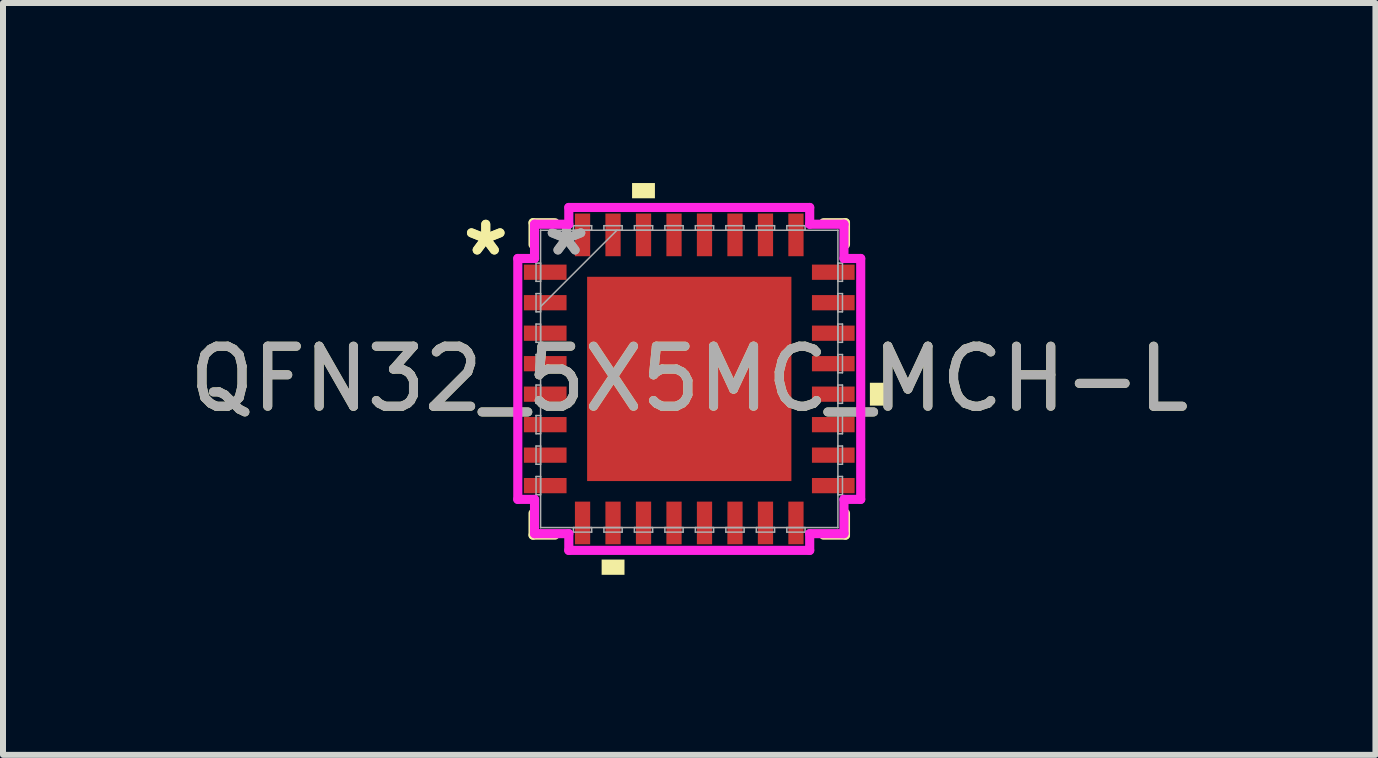
<source format=kicad_pcb>
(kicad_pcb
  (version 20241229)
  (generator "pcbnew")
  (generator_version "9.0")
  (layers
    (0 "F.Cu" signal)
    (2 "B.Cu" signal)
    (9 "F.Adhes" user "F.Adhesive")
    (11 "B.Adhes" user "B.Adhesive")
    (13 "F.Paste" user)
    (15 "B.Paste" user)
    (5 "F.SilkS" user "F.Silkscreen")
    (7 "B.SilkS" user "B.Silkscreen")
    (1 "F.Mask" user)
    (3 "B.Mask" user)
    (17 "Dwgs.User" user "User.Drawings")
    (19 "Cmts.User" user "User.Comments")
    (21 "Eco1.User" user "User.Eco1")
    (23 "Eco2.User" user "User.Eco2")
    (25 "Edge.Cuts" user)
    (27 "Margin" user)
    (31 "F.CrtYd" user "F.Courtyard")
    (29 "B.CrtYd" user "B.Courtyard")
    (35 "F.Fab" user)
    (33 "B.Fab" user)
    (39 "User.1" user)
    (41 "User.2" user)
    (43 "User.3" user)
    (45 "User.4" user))
  (footprint "QFN32_5X5MC_MCH-L"
    (layer "F.Cu")
    (at 8.435 3.264)
    (property "Reference" "QFN32_5X5MC_MCH-L" (at 0 0 0) (unlocked yes) (layer "F.SilkS") (effects (font (size 1 1) (thickness 0.15))))
    (attr smd)
    (fp_poly (pts (xy -1.765 -1.765) (xy -1.381 -1.765) (xy -1.381 1.765) (xy -1.765 1.765)) (stroke (width 0) (type solid)) (fill yes) (layer "F.Mask"))
    (fp_poly (pts (xy -1.765 -1.765) (xy 1.765 -1.765) (xy 1.765 -1.381) (xy -1.765 -1.381)) (stroke (width 0) (type solid)) (fill yes) (layer "F.Mask"))
    (fp_poly (pts (xy -1.765 -0.981) (xy 1.765 -0.981) (xy 1.765 -0.594) (xy -1.765 -0.594)) (stroke (width 0) (type solid)) (fill yes) (layer "F.Mask"))
    (fp_poly (pts (xy -1.765 -0.194) (xy 1.765 -0.194) (xy 1.765 0.194) (xy -1.765 0.194)) (stroke (width 0) (type solid)) (fill yes) (layer "F.Mask"))
    (fp_poly (pts (xy -1.765 0.594) (xy 1.765 0.594) (xy 1.765 0.981) (xy -1.765 0.981)) (stroke (width 0) (type solid)) (fill yes) (layer "F.Mask"))
    (fp_poly (pts (xy -1.765 1.381) (xy 1.765 1.381) (xy 1.765 1.765) (xy -1.765 1.765)) (stroke (width 0) (type solid)) (fill yes) (layer "F.Mask"))
    (fp_poly (pts (xy -0.594 -1.765) (xy -0.981 -1.765) (xy -0.981 1.765) (xy -0.594 1.765)) (stroke (width 0) (type solid)) (fill yes) (layer "F.Mask"))
    (fp_poly (pts (xy 0.194 -1.765) (xy -0.194 -1.765) (xy -0.194 1.765) (xy 0.194 1.765)) (stroke (width 0) (type solid)) (fill yes) (layer "F.Mask"))
    (fp_poly (pts (xy 0.981 -1.765) (xy 0.594 -1.765) (xy 0.594 1.765) (xy 0.981 1.765)) (stroke (width 0) (type solid)) (fill yes) (layer "F.Mask"))
    (fp_poly (pts (xy 1.381 -1.765) (xy 1.765 -1.765) (xy 1.765 1.765) (xy 1.381 1.765)) (stroke (width 0) (type solid)) (fill yes) (layer "F.Mask"))
    (fp_line (start -2.603 -2.603) (end -2.603 -2.238) (stroke (width 0.152) (type solid)) (layer "F.SilkS"))
    (fp_line (start -2.603 2.238) (end -2.603 2.603) (stroke (width 0.152) (type solid)) (layer "F.SilkS"))
    (fp_line (start -2.603 2.603) (end -2.238 2.603) (stroke (width 0.152) (type solid)) (layer "F.SilkS"))
    (fp_line (start -2.238 -2.603) (end -2.603 -2.603) (stroke (width 0.152) (type solid)) (layer "F.SilkS"))
    (fp_line (start 2.238 2.603) (end 2.603 2.603) (stroke (width 0.152) (type solid)) (layer "F.SilkS"))
    (fp_line (start 2.603 -2.603) (end 2.238 -2.603) (stroke (width 0.152) (type solid)) (layer "F.SilkS"))
    (fp_line (start 2.603 -2.238) (end 2.603 -2.603) (stroke (width 0.152) (type solid)) (layer "F.SilkS"))
    (fp_line (start 2.603 2.603) (end 2.603 2.238) (stroke (width 0.152) (type solid)) (layer "F.SilkS"))
    (fp_poly (pts (xy -1.46 3.01) (xy -1.46 3.264) (xy -1.079 3.264) (xy -1.079 3.01)) (stroke (width 0) (type solid)) (fill yes) (layer "F.SilkS"))
    (fp_poly (pts (xy -0.953 -3.01) (xy -0.953 -3.264) (xy -0.572 -3.264) (xy -0.572 -3.01)) (stroke (width 0) (type solid)) (fill yes) (layer "F.SilkS"))
    (fp_poly (pts (xy 3.264 0.064) (xy 3.264 0.445) (xy 3.01 0.445) (xy 3.01 0.064)) (stroke (width 0) (type solid)) (fill yes) (layer "F.SilkS"))
    (fp_poly (pts (xy -1.627 -1.627) (xy -1.627 -1.281) (xy -1.423 -1.281) (xy -1.281 -1.423) (xy -1.281 -1.627)) (stroke (width 0) (type solid)) (fill yes) (layer "F.Paste"))
    (fp_poly (pts (xy -1.627 1.281) (xy -1.627 1.627) (xy -1.281 1.627) (xy -1.281 1.423) (xy -1.423 1.281)) (stroke (width 0) (type solid)) (fill yes) (layer "F.Paste"))
    (fp_poly (pts (xy 1.281 -1.627) (xy 1.281 -1.423) (xy 1.423 -1.281) (xy 1.627 -1.281) (xy 1.627 -1.627)) (stroke (width 0) (type solid)) (fill yes) (layer "F.Paste"))
    (fp_poly (pts (xy 1.423 1.281) (xy 1.281 1.423) (xy 1.281 1.627) (xy 1.627 1.627) (xy 1.627 1.281)) (stroke (width 0) (type solid)) (fill yes) (layer "F.Paste"))
    (fp_poly (pts (xy -1.627 -1.081) (xy -1.627 -0.494) (xy -1.423 -0.494) (xy -1.281 -0.635) (xy -1.281 -0.94) (xy -1.423 -1.081)) (stroke (width 0) (type solid)) (fill yes) (layer "F.Paste"))
    (fp_poly (pts (xy -1.627 -0.294) (xy -1.627 0.294) (xy -1.423 0.294) (xy -1.281 0.152) (xy -1.281 -0.152) (xy -1.423 -0.294)) (stroke (width 0) (type solid)) (fill yes) (layer "F.Paste"))
    (fp_poly (pts (xy -1.627 0.494) (xy -1.627 1.081) (xy -1.423 1.081) (xy -1.281 0.94) (xy -1.281 0.635) (xy -1.423 0.494)) (stroke (width 0) (type solid)) (fill yes) (layer "F.Paste"))
    (fp_poly (pts (xy -1.081 -1.627) (xy -1.081 -1.423) (xy -0.94 -1.281) (xy -0.635 -1.281) (xy -0.494 -1.423) (xy -0.494 -1.627)) (stroke (width 0) (type solid)) (fill yes) (layer "F.Paste"))
    (fp_poly (pts (xy -0.94 1.281) (xy -1.081 1.423) (xy -1.081 1.627) (xy -0.494 1.627) (xy -0.494 1.423) (xy -0.635 1.281)) (stroke (width 0) (type solid)) (fill yes) (layer "F.Paste"))
    (fp_poly (pts (xy -0.294 -1.627) (xy -0.294 -1.423) (xy -0.152 -1.281) (xy 0.152 -1.281) (xy 0.294 -1.423) (xy 0.294 -1.627)) (stroke (width 0) (type solid)) (fill yes) (layer "F.Paste"))
    (fp_poly (pts (xy -0.152 1.281) (xy -0.294 1.423) (xy -0.294 1.627) (xy 0.294 1.627) (xy 0.294 1.423) (xy 0.152 1.281)) (stroke (width 0) (type solid)) (fill yes) (layer "F.Paste"))
    (fp_poly (pts (xy 0.494 -1.627) (xy 0.494 -1.423) (xy 0.635 -1.281) (xy 0.94 -1.281) (xy 1.081 -1.423) (xy 1.081 -1.627)) (stroke (width 0) (type solid)) (fill yes) (layer "F.Paste"))
    (fp_poly (pts (xy 0.635 1.281) (xy 0.494 1.423) (xy 0.494 1.627) (xy 1.081 1.627) (xy 1.081 1.423) (xy 0.94 1.281)) (stroke (width 0) (type solid)) (fill yes) (layer "F.Paste"))
    (fp_poly (pts (xy 1.423 -1.081) (xy 1.281 -0.94) (xy 1.281 -0.635) (xy 1.423 -0.494) (xy 1.627 -0.494) (xy 1.627 -1.081)) (stroke (width 0) (type solid)) (fill yes) (layer "F.Paste"))
    (fp_poly (pts (xy 1.423 -0.294) (xy 1.281 -0.152) (xy 1.281 0.152) (xy 1.423 0.294) (xy 1.627 0.294) (xy 1.627 -0.294)) (stroke (width 0) (type solid)) (fill yes) (layer "F.Paste"))
    (fp_poly (pts (xy 1.423 0.494) (xy 1.281 0.635) (xy 1.281 0.94) (xy 1.423 1.081) (xy 1.627 1.081) (xy 1.627 0.494)) (stroke (width 0) (type solid)) (fill yes) (layer "F.Paste"))
    (fp_poly (pts (xy -0.94 -1.081) (xy -1.081 -0.94) (xy -1.081 -0.635) (xy -0.94 -0.494) (xy -0.635 -0.494) (xy -0.494 -0.635) (xy -0.494 -0.94) (xy -0.635 -1.081)) (stroke (width 0) (type solid)) (fill yes) (layer "F.Paste"))
    (fp_poly (pts (xy -0.94 -0.294) (xy -1.081 -0.152) (xy -1.081 0.152) (xy -0.94 0.294) (xy -0.635 0.294) (xy -0.494 0.152) (xy -0.494 -0.152) (xy -0.635 -0.294)) (stroke (width 0) (type solid)) (fill yes) (layer "F.Paste"))
    (fp_poly (pts (xy -0.94 0.494) (xy -1.081 0.635) (xy -1.081 0.94) (xy -0.94 1.081) (xy -0.635 1.081) (xy -0.494 0.94) (xy -0.494 0.635) (xy -0.635 0.494)) (stroke (width 0) (type solid)) (fill yes) (layer "F.Paste"))
    (fp_poly (pts (xy -0.152 -1.081) (xy -0.294 -0.94) (xy -0.294 -0.635) (xy -0.152 -0.494) (xy 0.152 -0.494) (xy 0.294 -0.635) (xy 0.294 -0.94) (xy 0.152 -1.081)) (stroke (width 0) (type solid)) (fill yes) (layer "F.Paste"))
    (fp_poly (pts (xy -0.152 -0.294) (xy -0.294 -0.152) (xy -0.294 0.152) (xy -0.152 0.294) (xy 0.152 0.294) (xy 0.294 0.152) (xy 0.294 -0.152) (xy 0.152 -0.294)) (stroke (width 0) (type solid)) (fill yes) (layer "F.Paste"))
    (fp_poly (pts (xy -0.152 0.494) (xy -0.294 0.635) (xy -0.294 0.94) (xy -0.152 1.081) (xy 0.152 1.081) (xy 0.294 0.94) (xy 0.294 0.635) (xy 0.152 0.494)) (stroke (width 0) (type solid)) (fill yes) (layer "F.Paste"))
    (fp_poly (pts (xy 0.635 -1.081) (xy 0.494 -0.94) (xy 0.494 -0.635) (xy 0.635 -0.494) (xy 0.94 -0.494) (xy 1.081 -0.635) (xy 1.081 -0.94) (xy 0.94 -1.081)) (stroke (width 0) (type solid)) (fill yes) (layer "F.Paste"))
    (fp_poly (pts (xy 0.635 -0.294) (xy 0.494 -0.152) (xy 0.494 0.152) (xy 0.635 0.294) (xy 0.94 0.294) (xy 1.081 0.152) (xy 1.081 -0.152) (xy 0.94 -0.294)) (stroke (width 0) (type solid)) (fill yes) (layer "F.Paste"))
    (fp_poly (pts (xy 0.635 0.494) (xy 0.494 0.635) (xy 0.494 0.94) (xy 0.635 1.081) (xy 0.94 1.081) (xy 1.081 0.94) (xy 1.081 0.635) (xy 0.94 0.494)) (stroke (width 0) (type solid)) (fill yes) (layer "F.Paste"))
    (fp_circle (center -1.181 -1.181) (end -0.8 -1.181) (stroke (width 0.254) (type solid)) (fill no) (layer "Eco1.User"))
    (fp_circle (center -1.181 -0.394) (end -0.8 -0.394) (stroke (width 0.254) (type solid)) (fill no) (layer "Eco1.User"))
    (fp_circle (center -1.181 0.394) (end -0.8 0.394) (stroke (width 0.254) (type solid)) (fill no) (layer "Eco1.User"))
    (fp_circle (center -1.181 1.181) (end -0.8 1.181) (stroke (width 0.254) (type solid)) (fill no) (layer "Eco1.User"))
    (fp_circle (center -0.394 -1.181) (end -0.013 -1.181) (stroke (width 0.254) (type solid)) (fill no) (layer "Eco1.User"))
    (fp_circle (center -0.394 -0.394) (end -0.013 -0.394) (stroke (width 0.254) (type solid)) (fill no) (layer "Eco1.User"))
    (fp_circle (center -0.394 0.394) (end -0.013 0.394) (stroke (width 0.254) (type solid)) (fill no) (layer "Eco1.User"))
    (fp_circle (center -0.394 1.181) (end -0.013 1.181) (stroke (width 0.254) (type solid)) (fill no) (layer "Eco1.User"))
    (fp_circle (center 0.394 -1.181) (end 0.775 -1.181) (stroke (width 0.254) (type solid)) (fill no) (layer "Eco1.User"))
    (fp_circle (center 0.394 -0.394) (end 0.775 -0.394) (stroke (width 0.254) (type solid)) (fill no) (layer "Eco1.User"))
    (fp_circle (center 0.394 0.394) (end 0.775 0.394) (stroke (width 0.254) (type solid)) (fill no) (layer "Eco1.User"))
    (fp_circle (center 0.394 1.181) (end 0.775 1.181) (stroke (width 0.254) (type solid)) (fill no) (layer "Eco1.User"))
    (fp_circle (center 1.181 -1.181) (end 1.562 -1.181) (stroke (width 0.254) (type solid)) (fill no) (layer "Eco1.User"))
    (fp_circle (center 1.181 -0.394) (end 1.562 -0.394) (stroke (width 0.254) (type solid)) (fill no) (layer "Eco1.User"))
    (fp_circle (center 1.181 0.394) (end 1.562 0.394) (stroke (width 0.254) (type solid)) (fill no) (layer "Eco1.User"))
    (fp_circle (center 1.181 1.181) (end 1.562 1.181) (stroke (width 0.254) (type solid)) (fill no) (layer "Eco1.User"))
    (fp_line (start -2.857 -2.007) (end -2.578 -2.007) (stroke (width 0.152) (type solid)) (layer "F.CrtYd"))
    (fp_line (start -2.857 2.007) (end -2.857 -2.007) (stroke (width 0.152) (type solid)) (layer "F.CrtYd"))
    (fp_line (start -2.578 -2.578) (end -2.007 -2.578) (stroke (width 0.152) (type solid)) (layer "F.CrtYd"))
    (fp_line (start -2.578 -2.007) (end -2.578 -2.578) (stroke (width 0.152) (type solid)) (layer "F.CrtYd"))
    (fp_line (start -2.578 2.007) (end -2.857 2.007) (stroke (width 0.152) (type solid)) (layer "F.CrtYd"))
    (fp_line (start -2.578 2.578) (end -2.578 2.007) (stroke (width 0.152) (type solid)) (layer "F.CrtYd"))
    (fp_line (start -2.007 -2.857) (end 2.007 -2.857) (stroke (width 0.152) (type solid)) (layer "F.CrtYd"))
    (fp_line (start -2.007 -2.578) (end -2.007 -2.857) (stroke (width 0.152) (type solid)) (layer "F.CrtYd"))
    (fp_line (start -2.007 2.578) (end -2.578 2.578) (stroke (width 0.152) (type solid)) (layer "F.CrtYd"))
    (fp_line (start -2.007 2.857) (end -2.007 2.578) (stroke (width 0.152) (type solid)) (layer "F.CrtYd"))
    (fp_line (start 2.007 -2.857) (end 2.007 -2.578) (stroke (width 0.152) (type solid)) (layer "F.CrtYd"))
    (fp_line (start 2.007 -2.578) (end 2.578 -2.578) (stroke (width 0.152) (type solid)) (layer "F.CrtYd"))
    (fp_line (start 2.007 2.578) (end 2.007 2.857) (stroke (width 0.152) (type solid)) (layer "F.CrtYd"))
    (fp_line (start 2.007 2.857) (end -2.007 2.857) (stroke (width 0.152) (type solid)) (layer "F.CrtYd"))
    (fp_line (start 2.578 -2.578) (end 2.578 -2.007) (stroke (width 0.152) (type solid)) (layer "F.CrtYd"))
    (fp_line (start 2.578 -2.007) (end 2.857 -2.007) (stroke (width 0.152) (type solid)) (layer "F.CrtYd"))
    (fp_line (start 2.578 2.007) (end 2.578 2.578) (stroke (width 0.152) (type solid)) (layer "F.CrtYd"))
    (fp_line (start 2.578 2.578) (end 2.007 2.578) (stroke (width 0.152) (type solid)) (layer "F.CrtYd"))
    (fp_line (start 2.857 -2.007) (end 2.857 2.007) (stroke (width 0.152) (type solid)) (layer "F.CrtYd"))
    (fp_line (start 2.857 2.007) (end 2.578 2.007) (stroke (width 0.152) (type solid)) (layer "F.CrtYd"))
    (fp_line (start -2.553 -1.93) (end -2.553 -1.626) (stroke (width 0.025) (type solid)) (layer "F.Fab"))
    (fp_line (start -2.553 -1.626) (end -2.477 -1.626) (stroke (width 0.025) (type solid)) (layer "F.Fab"))
    (fp_line (start -2.553 -1.422) (end -2.553 -1.118) (stroke (width 0.025) (type solid)) (layer "F.Fab"))
    (fp_line (start -2.553 -1.118) (end -2.477 -1.118) (stroke (width 0.025) (type solid)) (layer "F.Fab"))
    (fp_line (start -2.553 -0.914) (end -2.553 -0.61) (stroke (width 0.025) (type solid)) (layer "F.Fab"))
    (fp_line (start -2.553 -0.61) (end -2.477 -0.61) (stroke (width 0.025) (type solid)) (layer "F.Fab"))
    (fp_line (start -2.553 -0.406) (end -2.553 -0.102) (stroke (width 0.025) (type solid)) (layer "F.Fab"))
    (fp_line (start -2.553 -0.102) (end -2.477 -0.102) (stroke (width 0.025) (type solid)) (layer "F.Fab"))
    (fp_line (start -2.553 0.102) (end -2.553 0.406) (stroke (width 0.025) (type solid)) (layer "F.Fab"))
    (fp_line (start -2.553 0.406) (end -2.477 0.406) (stroke (width 0.025) (type solid)) (layer "F.Fab"))
    (fp_line (start -2.553 0.61) (end -2.553 0.914) (stroke (width 0.025) (type solid)) (layer "F.Fab"))
    (fp_line (start -2.553 0.914) (end -2.477 0.914) (stroke (width 0.025) (type solid)) (layer "F.Fab"))
    (fp_line (start -2.553 1.118) (end -2.553 1.422) (stroke (width 0.025) (type solid)) (layer "F.Fab"))
    (fp_line (start -2.553 1.422) (end -2.477 1.422) (stroke (width 0.025) (type solid)) (layer "F.Fab"))
    (fp_line (start -2.553 1.626) (end -2.553 1.93) (stroke (width 0.025) (type solid)) (layer "F.Fab"))
    (fp_line (start -2.553 1.93) (end -2.477 1.93) (stroke (width 0.025) (type solid)) (layer "F.Fab"))
    (fp_line (start -2.477 -2.477) (end -2.477 -2.477) (stroke (width 0.025) (type solid)) (layer "F.Fab"))
    (fp_line (start -2.477 -2.477) (end -2.477 2.477) (stroke (width 0.025) (type solid)) (layer "F.Fab"))
    (fp_line (start -2.477 -1.93) (end -2.553 -1.93) (stroke (width 0.025) (type solid)) (layer "F.Fab"))
    (fp_line (start -2.477 -1.626) (end -2.477 -1.93) (stroke (width 0.025) (type solid)) (layer "F.Fab"))
    (fp_line (start -2.477 -1.422) (end -2.553 -1.422) (stroke (width 0.025) (type solid)) (layer "F.Fab"))
    (fp_line (start -2.477 -1.206) (end -1.206 -2.477) (stroke (width 0.025) (type solid)) (layer "F.Fab"))
    (fp_line (start -2.477 -1.118) (end -2.477 -1.422) (stroke (width 0.025) (type solid)) (layer "F.Fab"))
    (fp_line (start -2.477 -0.914) (end -2.553 -0.914) (stroke (width 0.025) (type solid)) (layer "F.Fab"))
    (fp_line (start -2.477 -0.61) (end -2.477 -0.914) (stroke (width 0.025) (type solid)) (layer "F.Fab"))
    (fp_line (start -2.477 -0.406) (end -2.553 -0.406) (stroke (width 0.025) (type solid)) (layer "F.Fab"))
    (fp_line (start -2.477 -0.102) (end -2.477 -0.406) (stroke (width 0.025) (type solid)) (layer "F.Fab"))
    (fp_line (start -2.477 0.102) (end -2.553 0.102) (stroke (width 0.025) (type solid)) (layer "F.Fab"))
    (fp_line (start -2.477 0.406) (end -2.477 0.102) (stroke (width 0.025) (type solid)) (layer "F.Fab"))
    (fp_line (start -2.477 0.61) (end -2.553 0.61) (stroke (width 0.025) (type solid)) (layer "F.Fab"))
    (fp_line (start -2.477 0.914) (end -2.477 0.61) (stroke (width 0.025) (type solid)) (layer "F.Fab"))
    (fp_line (start -2.477 1.118) (end -2.553 1.118) (stroke (width 0.025) (type solid)) (layer "F.Fab"))
    (fp_line (start -2.477 1.422) (end -2.477 1.118) (stroke (width 0.025) (type solid)) (layer "F.Fab"))
    (fp_line (start -2.477 1.626) (end -2.553 1.626) (stroke (width 0.025) (type solid)) (layer "F.Fab"))
    (fp_line (start -2.477 1.93) (end -2.477 1.626) (stroke (width 0.025) (type solid)) (layer "F.Fab"))
    (fp_line (start -2.477 2.477) (end -2.477 2.477) (stroke (width 0.025) (type solid)) (layer "F.Fab"))
    (fp_line (start -2.477 2.477) (end 2.477 2.477) (stroke (width 0.025) (type solid)) (layer "F.Fab"))
    (fp_line (start -1.93 -2.553) (end -1.93 -2.477) (stroke (width 0.025) (type solid)) (layer "F.Fab"))
    (fp_line (start -1.93 -2.477) (end -1.626 -2.477) (stroke (width 0.025) (type solid)) (layer "F.Fab"))
    (fp_line (start -1.93 2.477) (end -1.93 2.553) (stroke (width 0.025) (type solid)) (layer "F.Fab"))
    (fp_line (start -1.93 2.553) (end -1.626 2.553) (stroke (width 0.025) (type solid)) (layer "F.Fab"))
    (fp_line (start -1.626 -2.553) (end -1.93 -2.553) (stroke (width 0.025) (type solid)) (layer "F.Fab"))
    (fp_line (start -1.626 -2.477) (end -1.626 -2.553) (stroke (width 0.025) (type solid)) (layer "F.Fab"))
    (fp_line (start -1.626 2.477) (end -1.93 2.477) (stroke (width 0.025) (type solid)) (layer "F.Fab"))
    (fp_line (start -1.626 2.553) (end -1.626 2.477) (stroke (width 0.025) (type solid)) (layer "F.Fab"))
    (fp_line (start -1.422 -2.553) (end -1.422 -2.477) (stroke (width 0.025) (type solid)) (layer "F.Fab"))
    (fp_line (start -1.422 -2.477) (end -1.118 -2.477) (stroke (width 0.025) (type solid)) (layer "F.Fab"))
    (fp_line (start -1.422 2.477) (end -1.422 2.553) (stroke (width 0.025) (type solid)) (layer "F.Fab"))
    (fp_line (start -1.422 2.553) (end -1.118 2.553) (stroke (width 0.025) (type solid)) (layer "F.Fab"))
    (fp_line (start -1.118 -2.553) (end -1.422 -2.553) (stroke (width 0.025) (type solid)) (layer "F.Fab"))
    (fp_line (start -1.118 -2.477) (end -1.118 -2.553) (stroke (width 0.025) (type solid)) (layer "F.Fab"))
    (fp_line (start -1.118 2.477) (end -1.422 2.477) (stroke (width 0.025) (type solid)) (layer "F.Fab"))
    (fp_line (start -1.118 2.553) (end -1.118 2.477) (stroke (width 0.025) (type solid)) (layer "F.Fab"))
    (fp_line (start -0.914 -2.553) (end -0.914 -2.477) (stroke (width 0.025) (type solid)) (layer "F.Fab"))
    (fp_line (start -0.914 -2.477) (end -0.61 -2.477) (stroke (width 0.025) (type solid)) (layer "F.Fab"))
    (fp_line (start -0.914 2.477) (end -0.914 2.553) (stroke (width 0.025) (type solid)) (layer "F.Fab"))
    (fp_line (start -0.914 2.553) (end -0.61 2.553) (stroke (width 0.025) (type solid)) (layer "F.Fab"))
    (fp_line (start -0.61 -2.553) (end -0.914 -2.553) (stroke (width 0.025) (type solid)) (layer "F.Fab"))
    (fp_line (start -0.61 -2.477) (end -0.61 -2.553) (stroke (width 0.025) (type solid)) (layer "F.Fab"))
    (fp_line (start -0.61 2.477) (end -0.914 2.477) (stroke (width 0.025) (type solid)) (layer "F.Fab"))
    (fp_line (start -0.61 2.553) (end -0.61 2.477) (stroke (width 0.025) (type solid)) (layer "F.Fab"))
    (fp_line (start -0.406 -2.553) (end -0.406 -2.477) (stroke (width 0.025) (type solid)) (layer "F.Fab"))
    (fp_line (start -0.406 -2.477) (end -0.102 -2.477) (stroke (width 0.025) (type solid)) (layer "F.Fab"))
    (fp_line (start -0.406 2.477) (end -0.406 2.553) (stroke (width 0.025) (type solid)) (layer "F.Fab"))
    (fp_line (start -0.406 2.553) (end -0.102 2.553) (stroke (width 0.025) (type solid)) (layer "F.Fab"))
    (fp_line (start -0.102 -2.553) (end -0.406 -2.553) (stroke (width 0.025) (type solid)) (layer "F.Fab"))
    (fp_line (start -0.102 -2.477) (end -0.102 -2.553) (stroke (width 0.025) (type solid)) (layer "F.Fab"))
    (fp_line (start -0.102 2.477) (end -0.406 2.477) (stroke (width 0.025) (type solid)) (layer "F.Fab"))
    (fp_line (start -0.102 2.553) (end -0.102 2.477) (stroke (width 0.025) (type solid)) (layer "F.Fab"))
    (fp_line (start 0.102 -2.553) (end 0.102 -2.477) (stroke (width 0.025) (type solid)) (layer "F.Fab"))
    (fp_line (start 0.102 -2.477) (end 0.406 -2.477) (stroke (width 0.025) (type solid)) (layer "F.Fab"))
    (fp_line (start 0.102 2.477) (end 0.102 2.553) (stroke (width 0.025) (type solid)) (layer "F.Fab"))
    (fp_line (start 0.102 2.553) (end 0.406 2.553) (stroke (width 0.025) (type solid)) (layer "F.Fab"))
    (fp_line (start 0.406 -2.553) (end 0.102 -2.553) (stroke (width 0.025) (type solid)) (layer "F.Fab"))
    (fp_line (start 0.406 -2.477) (end 0.406 -2.553) (stroke (width 0.025) (type solid)) (layer "F.Fab"))
    (fp_line (start 0.406 2.477) (end 0.102 2.477) (stroke (width 0.025) (type solid)) (layer "F.Fab"))
    (fp_line (start 0.406 2.553) (end 0.406 2.477) (stroke (width 0.025) (type solid)) (layer "F.Fab"))
    (fp_line (start 0.61 -2.553) (end 0.61 -2.477) (stroke (width 0.025) (type solid)) (layer "F.Fab"))
    (fp_line (start 0.61 -2.477) (end 0.914 -2.477) (stroke (width 0.025) (type solid)) (layer "F.Fab"))
    (fp_line (start 0.61 2.477) (end 0.61 2.553) (stroke (width 0.025) (type solid)) (layer "F.Fab"))
    (fp_line (start 0.61 2.553) (end 0.914 2.553) (stroke (width 0.025) (type solid)) (layer "F.Fab"))
    (fp_line (start 0.914 -2.553) (end 0.61 -2.553) (stroke (width 0.025) (type solid)) (layer "F.Fab"))
    (fp_line (start 0.914 -2.477) (end 0.914 -2.553) (stroke (width 0.025) (type solid)) (layer "F.Fab"))
    (fp_line (start 0.914 2.477) (end 0.61 2.477) (stroke (width 0.025) (type solid)) (layer "F.Fab"))
    (fp_line (start 0.914 2.553) (end 0.914 2.477) (stroke (width 0.025) (type solid)) (layer "F.Fab"))
    (fp_line (start 1.118 -2.553) (end 1.118 -2.477) (stroke (width 0.025) (type solid)) (layer "F.Fab"))
    (fp_line (start 1.118 -2.477) (end 1.422 -2.477) (stroke (width 0.025) (type solid)) (layer "F.Fab"))
    (fp_line (start 1.118 2.477) (end 1.118 2.553) (stroke (width 0.025) (type solid)) (layer "F.Fab"))
    (fp_line (start 1.118 2.553) (end 1.422 2.553) (stroke (width 0.025) (type solid)) (layer "F.Fab"))
    (fp_line (start 1.422 -2.553) (end 1.118 -2.553) (stroke (width 0.025) (type solid)) (layer "F.Fab"))
    (fp_line (start 1.422 -2.477) (end 1.422 -2.553) (stroke (width 0.025) (type solid)) (layer "F.Fab"))
    (fp_line (start 1.422 2.477) (end 1.118 2.477) (stroke (width 0.025) (type solid)) (layer "F.Fab"))
    (fp_line (start 1.422 2.553) (end 1.422 2.477) (stroke (width 0.025) (type solid)) (layer "F.Fab"))
    (fp_line (start 1.626 -2.553) (end 1.626 -2.477) (stroke (width 0.025) (type solid)) (layer "F.Fab"))
    (fp_line (start 1.626 -2.477) (end 1.93 -2.477) (stroke (width 0.025) (type solid)) (layer "F.Fab"))
    (fp_line (start 1.626 2.477) (end 1.626 2.553) (stroke (width 0.025) (type solid)) (layer "F.Fab"))
    (fp_line (start 1.626 2.553) (end 1.93 2.553) (stroke (width 0.025) (type solid)) (layer "F.Fab"))
    (fp_line (start 1.93 -2.553) (end 1.626 -2.553) (stroke (width 0.025) (type solid)) (layer "F.Fab"))
    (fp_line (start 1.93 -2.477) (end 1.93 -2.553) (stroke (width 0.025) (type solid)) (layer "F.Fab"))
    (fp_line (start 1.93 2.477) (end 1.626 2.477) (stroke (width 0.025) (type solid)) (layer "F.Fab"))
    (fp_line (start 1.93 2.553) (end 1.93 2.477) (stroke (width 0.025) (type solid)) (layer "F.Fab"))
    (fp_line (start 2.477 -2.477) (end -2.477 -2.477) (stroke (width 0.025) (type solid)) (layer "F.Fab"))
    (fp_line (start 2.477 -2.477) (end 2.477 -2.477) (stroke (width 0.025) (type solid)) (layer "F.Fab"))
    (fp_line (start 2.477 -1.93) (end 2.477 -1.626) (stroke (width 0.025) (type solid)) (layer "F.Fab"))
    (fp_line (start 2.477 -1.626) (end 2.553 -1.626) (stroke (width 0.025) (type solid)) (layer "F.Fab"))
    (fp_line (start 2.477 -1.422) (end 2.477 -1.118) (stroke (width 0.025) (type solid)) (layer "F.Fab"))
    (fp_line (start 2.477 -1.118) (end 2.553 -1.118) (stroke (width 0.025) (type solid)) (layer "F.Fab"))
    (fp_line (start 2.477 -0.914) (end 2.477 -0.61) (stroke (width 0.025) (type solid)) (layer "F.Fab"))
    (fp_line (start 2.477 -0.61) (end 2.553 -0.61) (stroke (width 0.025) (type solid)) (layer "F.Fab"))
    (fp_line (start 2.477 -0.406) (end 2.477 -0.102) (stroke (width 0.025) (type solid)) (layer "F.Fab"))
    (fp_line (start 2.477 -0.102) (end 2.553 -0.102) (stroke (width 0.025) (type solid)) (layer "F.Fab"))
    (fp_line (start 2.477 0.102) (end 2.477 0.406) (stroke (width 0.025) (type solid)) (layer "F.Fab"))
    (fp_line (start 2.477 0.406) (end 2.553 0.406) (stroke (width 0.025) (type solid)) (layer "F.Fab"))
    (fp_line (start 2.477 0.61) (end 2.477 0.914) (stroke (width 0.025) (type solid)) (layer "F.Fab"))
    (fp_line (start 2.477 0.914) (end 2.553 0.914) (stroke (width 0.025) (type solid)) (layer "F.Fab"))
    (fp_line (start 2.477 1.118) (end 2.477 1.422) (stroke (width 0.025) (type solid)) (layer "F.Fab"))
    (fp_line (start 2.477 1.422) (end 2.553 1.422) (stroke (width 0.025) (type solid)) (layer "F.Fab"))
    (fp_line (start 2.477 1.626) (end 2.477 1.93) (stroke (width 0.025) (type solid)) (layer "F.Fab"))
    (fp_line (start 2.477 1.93) (end 2.553 1.93) (stroke (width 0.025) (type solid)) (layer "F.Fab"))
    (fp_line (start 2.477 2.477) (end 2.477 -2.477) (stroke (width 0.025) (type solid)) (layer "F.Fab"))
    (fp_line (start 2.477 2.477) (end 2.477 2.477) (stroke (width 0.025) (type solid)) (layer "F.Fab"))
    (fp_line (start 2.553 -1.93) (end 2.477 -1.93) (stroke (width 0.025) (type solid)) (layer "F.Fab"))
    (fp_line (start 2.553 -1.626) (end 2.553 -1.93) (stroke (width 0.025) (type solid)) (layer "F.Fab"))
    (fp_line (start 2.553 -1.422) (end 2.477 -1.422) (stroke (width 0.025) (type solid)) (layer "F.Fab"))
    (fp_line (start 2.553 -1.118) (end 2.553 -1.422) (stroke (width 0.025) (type solid)) (layer "F.Fab"))
    (fp_line (start 2.553 -0.914) (end 2.477 -0.914) (stroke (width 0.025) (type solid)) (layer "F.Fab"))
    (fp_line (start 2.553 -0.61) (end 2.553 -0.914) (stroke (width 0.025) (type solid)) (layer "F.Fab"))
    (fp_line (start 2.553 -0.406) (end 2.477 -0.406) (stroke (width 0.025) (type solid)) (layer "F.Fab"))
    (fp_line (start 2.553 -0.102) (end 2.553 -0.406) (stroke (width 0.025) (type solid)) (layer "F.Fab"))
    (fp_line (start 2.553 0.102) (end 2.477 0.102) (stroke (width 0.025) (type solid)) (layer "F.Fab"))
    (fp_line (start 2.553 0.406) (end 2.553 0.102) (stroke (width 0.025) (type solid)) (layer "F.Fab"))
    (fp_line (start 2.553 0.61) (end 2.477 0.61) (stroke (width 0.025) (type solid)) (layer "F.Fab"))
    (fp_line (start 2.553 0.914) (end 2.553 0.61) (stroke (width 0.025) (type solid)) (layer "F.Fab"))
    (fp_line (start 2.553 1.118) (end 2.477 1.118) (stroke (width 0.025) (type solid)) (layer "F.Fab"))
    (fp_line (start 2.553 1.422) (end 2.553 1.118) (stroke (width 0.025) (type solid)) (layer "F.Fab"))
    (fp_line (start 2.553 1.626) (end 2.477 1.626) (stroke (width 0.025) (type solid)) (layer "F.Fab"))
    (fp_line (start 2.553 1.93) (end 2.553 1.626) (stroke (width 0.025) (type solid)) (layer "F.Fab"))
    (fp_text user "*" (at -3.391 -2.032 0) (layer "F.SilkS") (effects (font (size 1 1) (thickness 0.15))))
    (fp_text user "*" (at -3.391 -2.032 0) (unlocked yes) (layer "F.SilkS") (effects (font (size 1 1) (thickness 0.15))))
    (fp_text user "*" (at -2.045 -2.032 0) (unlocked yes) (layer "F.Fab") (effects (font (size 1 1) (thickness 0.15))))
    (fp_text user "*" (at -2.045 -2.032 0) (layer "F.Fab") (effects (font (size 1 1) (thickness 0.15))))
    (fp_text user "${REFERENCE}" (at 0 0 0) (unlocked yes) (layer "F.Fab") (effects (font (size 1 1) (thickness 0.15))))
    (pad "1" smd rect (at -2.4 -1.778 90) (size 0.254 0.711) (layers "F.Cu" "F.Mask" "F.Paste"))
    (pad "2" smd rect (at -2.4 -1.27 90) (size 0.254 0.711) (layers "F.Cu" "F.Mask" "F.Paste"))
    (pad "3" smd rect (at -2.4 -0.762 90) (size 0.254 0.711) (layers "F.Cu" "F.Mask" "F.Paste"))
    (pad "4" smd rect (at -2.4 -0.254 90) (size 0.254 0.711) (layers "F.Cu" "F.Mask" "F.Paste"))
    (pad "5" smd rect (at -2.4 0.254 90) (size 0.254 0.711) (layers "F.Cu" "F.Mask" "F.Paste"))
    (pad "6" smd rect (at -2.4 0.762 90) (size 0.254 0.711) (layers "F.Cu" "F.Mask" "F.Paste"))
    (pad "7" smd rect (at -2.4 1.27 90) (size 0.254 0.711) (layers "F.Cu" "F.Mask" "F.Paste"))
    (pad "8" smd rect (at -2.4 1.778 90) (size 0.254 0.711) (layers "F.Cu" "F.Mask" "F.Paste"))
    (pad "9" smd rect (at -1.778 2.4) (size 0.254 0.711) (layers "F.Cu" "F.Mask" "F.Paste"))
    (pad "10" smd rect (at -1.27 2.4) (size 0.254 0.711) (layers "F.Cu" "F.Mask" "F.Paste"))
    (pad "11" smd rect (at -0.762 2.4) (size 0.254 0.711) (layers "F.Cu" "F.Mask" "F.Paste"))
    (pad "12" smd rect (at -0.254 2.4) (size 0.254 0.711) (layers "F.Cu" "F.Mask" "F.Paste"))
    (pad "13" smd rect (at 0.254 2.4) (size 0.254 0.711) (layers "F.Cu" "F.Mask" "F.Paste"))
    (pad "14" smd rect (at 0.762 2.4) (size 0.254 0.711) (layers "F.Cu" "F.Mask" "F.Paste"))
    (pad "15" smd rect (at 1.27 2.4) (size 0.254 0.711) (layers "F.Cu" "F.Mask" "F.Paste"))
    (pad "16" smd rect (at 1.778 2.4) (size 0.254 0.711) (layers "F.Cu" "F.Mask" "F.Paste"))
    (pad "17" smd rect (at 2.4 1.778 90) (size 0.254 0.711) (layers "F.Cu" "F.Mask" "F.Paste"))
    (pad "18" smd rect (at 2.4 1.27 90) (size 0.254 0.711) (layers "F.Cu" "F.Mask" "F.Paste"))
    (pad "19" smd rect (at 2.4 0.762 90) (size 0.254 0.711) (layers "F.Cu" "F.Mask" "F.Paste"))
    (pad "20" smd rect (at 2.4 0.254 90) (size 0.254 0.711) (layers "F.Cu" "F.Mask" "F.Paste"))
    (pad "21" smd rect (at 2.4 -0.254 90) (size 0.254 0.711) (layers "F.Cu" "F.Mask" "F.Paste"))
    (pad "22" smd rect (at 2.4 -0.762 90) (size 0.254 0.711) (layers "F.Cu" "F.Mask" "F.Paste"))
    (pad "23" smd rect (at 2.4 -1.27 90) (size 0.254 0.711) (layers "F.Cu" "F.Mask" "F.Paste"))
    (pad "24" smd rect (at 2.4 -1.778 90) (size 0.254 0.711) (layers "F.Cu" "F.Mask" "F.Paste"))
    (pad "25" smd rect (at 1.778 -2.4) (size 0.254 0.711) (layers "F.Cu" "F.Mask" "F.Paste"))
    (pad "26" smd rect (at 1.27 -2.4) (size 0.254 0.711) (layers "F.Cu" "F.Mask" "F.Paste"))
    (pad "27" smd rect (at 0.762 -2.4) (size 0.254 0.711) (layers "F.Cu" "F.Mask" "F.Paste"))
    (pad "28" smd rect (at 0.254 -2.4) (size 0.254 0.711) (layers "F.Cu" "F.Mask" "F.Paste"))
    (pad "29" smd rect (at -0.254 -2.4) (size 0.254 0.711) (layers "F.Cu" "F.Mask" "F.Paste"))
    (pad "30" smd rect (at -0.762 -2.4) (size 0.254 0.711) (layers "F.Cu" "F.Mask" "F.Paste"))
    (pad "31" smd rect (at -1.27 -2.4) (size 0.254 0.711) (layers "F.Cu" "F.Mask" "F.Paste"))
    (pad "32" smd rect (at -1.778 -2.4) (size 0.254 0.711) (layers "F.Cu" "F.Mask" "F.Paste"))
    (pad "33" smd rect (at 0 0) (size 3.404 3.404) (layers "F.Cu")))
  (gr_rect
    (start -3 -3)
    (end 19.869 9.528)
    (stroke (width 0.1) (type default))
    (fill no)
    (layer "Edge.Cuts")))
</source>
